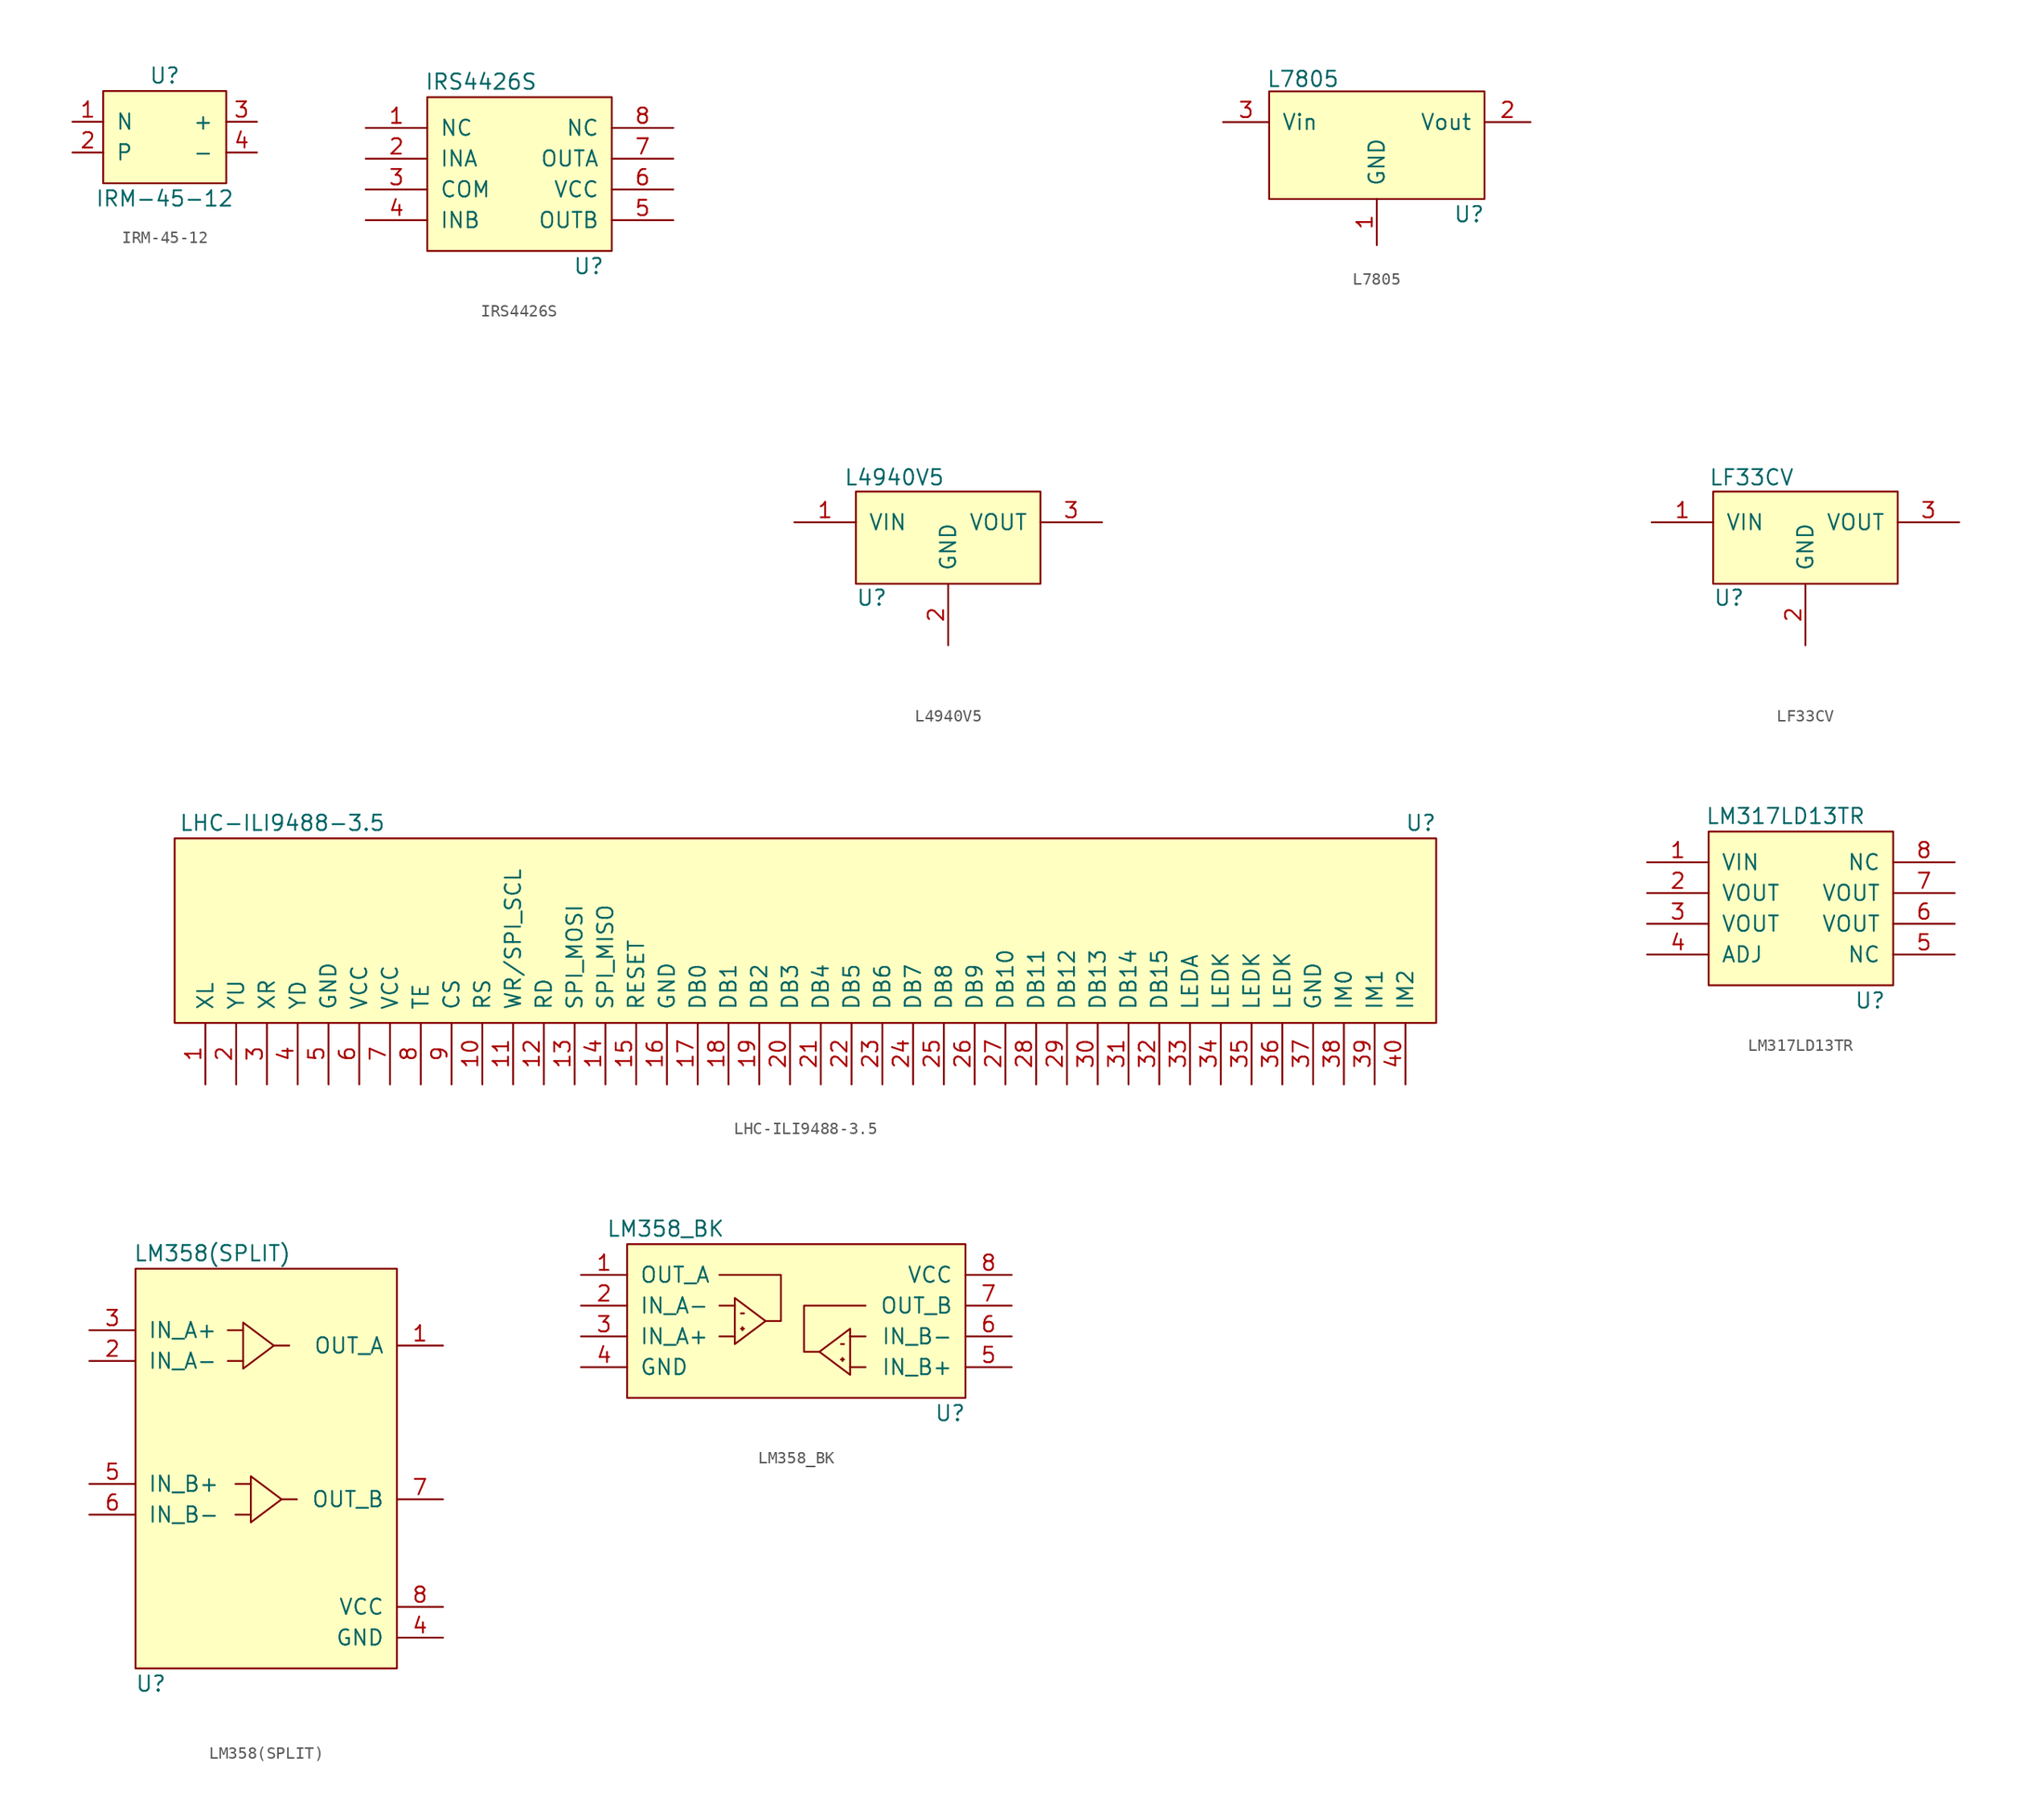
<source format=kicad_sym>
(kicad_symbol_lib
  (version 20211014)
  (generator kicad_symbol_editor)
  (symbol "IRM-45-12"
    (pin_names
      (offset 1.016))
    (property "Reference" "U"
      (at 5.08 1.27 0)
      (effects (font (size 1.27 1.27))))
    (property "Value" "IRM-45-12"
      (at 5.08 -8.89 0)
      (effects (font (size 1.27 1.27))))
    (symbol "IRM-45-12_0_1"
      (rectangle (start 10.16 -7.62) (end 0 0) (stroke (width 0) (type default) (color 0 0 0 0)) (fill (type background))))
    (symbol "IRM-45-12_1_1"
      (pin input line (at -2.54 -2.54 0) (length 2.54) (name "N" (effects (font (size 1.27 1.27)))) (number "1" (effects (font (size 1.27 1.27)))))
      (pin input line (at -2.54 -5.08 0) (length 2.54) (name "P" (effects (font (size 1.27 1.27)))) (number "2" (effects (font (size 1.27 1.27)))))
      (pin input line (at 12.7 -2.54 180) (length 2.54) (name "+" (effects (font (size 1.27 1.27)))) (number "3" (effects (font (size 1.27 1.27)))))
      (pin input line (at 12.7 -5.08 180) (length 2.54) (name "-" (effects (font (size 1.27 1.27)))) (number "4" (effects (font (size 1.27 1.27)))))))
  (symbol "IRS4426S"
    (pin_names
      (offset 1.016))
    (property "Reference" "U"
      (at 13.335 -11.43 0)
      (effects (font (size 1.27 1.27))))
    (property "Value" "IRS4426S"
      (at 4.445 3.81 0)
      (effects (font (size 1.27 1.27))))
    (symbol "IRS4426S_0_1"
      (rectangle (start 0 2.54) (end 15.24 -10.16) (stroke (width 0) (type default) (color 0 0 0 0)) (fill (type background))))
    (symbol "IRS4426S_1_1"
      (pin input line (at -5.08 0 0) (length 5.08) (name "NC" (effects (font (size 1.27 1.27)))) (number "1" (effects (font (size 1.27 1.27)))))
      (pin input line (at -5.08 -2.54 0) (length 5.08) (name "INA" (effects (font (size 1.27 1.27)))) (number "2" (effects (font (size 1.27 1.27)))))
      (pin input line (at -5.08 -5.08 0) (length 5.08) (name "COM" (effects (font (size 1.27 1.27)))) (number "3" (effects (font (size 1.27 1.27)))))
      (pin input line (at -5.08 -7.62 0) (length 5.08) (name "INB" (effects (font (size 1.27 1.27)))) (number "4" (effects (font (size 1.27 1.27)))))
      (pin input line (at 20.32 -7.62 180) (length 5.08) (name "OUTB" (effects (font (size 1.27 1.27)))) (number "5" (effects (font (size 1.27 1.27)))))
      (pin input line (at 20.32 -5.08 180) (length 5.08) (name "VCC" (effects (font (size 1.27 1.27)))) (number "6" (effects (font (size 1.27 1.27)))))
      (pin input line (at 20.32 -2.54 180) (length 5.08) (name "OUTA" (effects (font (size 1.27 1.27)))) (number "7" (effects (font (size 1.27 1.27)))))
      (pin input line (at 20.32 0 180) (length 5.08) (name "NC" (effects (font (size 1.27 1.27)))) (number "8" (effects (font (size 1.27 1.27)))))))
  (symbol "L4940V5"
    (pin_names
      (offset 1.016))
    (property "Reference" "U"
      (at -7.62 3.175 0)
      (effects (font (size 1.27 1.27)) (justify left bottom)))
    (property "Value" "L4940V5"
      (at -4.445 14.605 0)
      (effects (font (size 1.27 1.27)) (justify top)))
    (property "Footprint" ""
      (at -6.35 44.45 0)
      (effects (font (size 1.524 1.524))))
    (property "Datasheet" ""
      (at -6.35 44.45 0)
      (effects (font (size 1.524 1.524))))
    (symbol "L4940V5_0_1"
      (rectangle (start -7.62 5.08) (end 7.62 12.7) (stroke (width 0) (type default) (color 0 0 0 0)) (fill (type background))))
    (symbol "L4940V5_1_1"
      (pin passive line (at -12.7 10.16 0) (length 5.08) (name "VIN" (effects (font (size 1.27 1.27)))) (number "1" (effects (font (size 1.27 1.27)))))
      (pin passive line (at 0 0 90) (length 5.08) (name "GND" (effects (font (size 1.27 1.27)))) (number "2" (effects (font (size 1.27 1.27)))))
      (pin passive line (at 12.7 10.16 180) (length 5.08) (name "VOUT" (effects (font (size 1.27 1.27)))) (number "3" (effects (font (size 1.27 1.27)))))))
  (symbol "L7805"
    (pin_names
      (offset 1.016))
    (property "Reference" "U"
      (at 7.62 -7.62 0)
      (effects (font (size 1.27 1.27))))
    (property "Value" "L7805"
      (at -6.096 3.556 0)
      (effects (font (size 1.27 1.27))))
    (symbol "L7805_0_1"
      (rectangle (start -8.89 -6.35) (end 8.89 2.54) (stroke (width 0) (type default) (color 0 0 0 0)) (fill (type background))))
    (symbol "L7805_1_1"
      (pin input line (at 0 -10.16 90) (length 3.81) (name "GND" (effects (font (size 1.27 1.27)))) (number "1" (effects (font (size 1.27 1.27)))))
      (pin input line (at 12.7 0 180) (length 3.81) (name "Vout" (effects (font (size 1.27 1.27)))) (number "2" (effects (font (size 1.27 1.27)))))
      (pin input line (at -12.7 0 0) (length 3.81) (name "Vin" (effects (font (size 1.27 1.27)))) (number "3" (effects (font (size 1.27 1.27)))))))
  (symbol "LF33CV"
    (pin_names
      (offset 1.016))
    (property "Reference" "U"
      (at -7.62 3.175 0)
      (effects (font (size 1.27 1.27)) (justify left bottom)))
    (property "Value" "LF33CV"
      (at -4.445 14.605 0)
      (effects (font (size 1.27 1.27)) (justify top)))
    (property "Footprint" ""
      (at -6.35 44.45 0)
      (effects (font (size 1.524 1.524))))
    (property "Datasheet" ""
      (at -6.35 44.45 0)
      (effects (font (size 1.524 1.524))))
    (symbol "LF33CV_0_1"
      (rectangle (start -7.62 5.08) (end 7.62 12.7) (stroke (width 0) (type default) (color 0 0 0 0)) (fill (type background))))
    (symbol "LF33CV_1_1"
      (pin passive line (at -12.7 10.16 0) (length 5.08) (name "VIN" (effects (font (size 1.27 1.27)))) (number "1" (effects (font (size 1.27 1.27)))))
      (pin passive line (at 0 0 90) (length 5.08) (name "GND" (effects (font (size 1.27 1.27)))) (number "2" (effects (font (size 1.27 1.27)))))
      (pin passive line (at 12.7 10.16 180) (length 5.08) (name "VOUT" (effects (font (size 1.27 1.27)))) (number "3" (effects (font (size 1.27 1.27)))))))
  (symbol "LHC-ILI9488-3.5"
    (pin_names
      (offset 1.016))
    (property "Reference" "U"
      (at 100.33 16.51 0)
      (effects (font (size 1.27 1.27))))
    (property "Value" "LHC-ILI9488-3.5"
      (at 6.35 16.51 0)
      (effects (font (size 1.27 1.27))))
    (symbol "LHC-ILI9488-3.5_0_1"
      (rectangle (start 101.6 0) (end -2.54 15.24) (stroke (width 0) (type default) (color 0 0 0 0)) (fill (type background))))
    (symbol "LHC-ILI9488-3.5_1_1"
      (pin input line (at 0 -5.08 90) (length 5.08) (name "XL" (effects (font (size 1.27 1.27)))) (number "1" (effects (font (size 1.27 1.27)))))
      (pin input line (at 22.86 -5.08 90) (length 5.08) (name "RS" (effects (font (size 1.27 1.27)))) (number "10" (effects (font (size 1.27 1.27)))))
      (pin input line (at 25.4 -5.08 90) (length 5.08) (name "WR/SPI_SCL" (effects (font (size 1.27 1.27)))) (number "11" (effects (font (size 1.27 1.27)))))
      (pin input line (at 27.94 -5.08 90) (length 5.08) (name "RD" (effects (font (size 1.27 1.27)))) (number "12" (effects (font (size 1.27 1.27)))))
      (pin input line (at 30.48 -5.08 90) (length 5.08) (name "SPI_MOSI" (effects (font (size 1.27 1.27)))) (number "13" (effects (font (size 1.27 1.27)))))
      (pin input line (at 33.02 -5.08 90) (length 5.08) (name "SPI_MISO" (effects (font (size 1.27 1.27)))) (number "14" (effects (font (size 1.27 1.27)))))
      (pin input line (at 35.56 -5.08 90) (length 5.08) (name "RESET" (effects (font (size 1.27 1.27)))) (number "15" (effects (font (size 1.27 1.27)))))
      (pin input line (at 38.1 -5.08 90) (length 5.08) (name "GND" (effects (font (size 1.27 1.27)))) (number "16" (effects (font (size 1.27 1.27)))))
      (pin input line (at 40.64 -5.08 90) (length 5.08) (name "DB0" (effects (font (size 1.27 1.27)))) (number "17" (effects (font (size 1.27 1.27)))))
      (pin input line (at 43.18 -5.08 90) (length 5.08) (name "DB1" (effects (font (size 1.27 1.27)))) (number "18" (effects (font (size 1.27 1.27)))))
      (pin input line (at 45.72 -5.08 90) (length 5.08) (name "DB2" (effects (font (size 1.27 1.27)))) (number "19" (effects (font (size 1.27 1.27)))))
      (pin input line (at 2.54 -5.08 90) (length 5.08) (name "YU" (effects (font (size 1.27 1.27)))) (number "2" (effects (font (size 1.27 1.27)))))
      (pin input line (at 48.26 -5.08 90) (length 5.08) (name "DB3" (effects (font (size 1.27 1.27)))) (number "20" (effects (font (size 1.27 1.27)))))
      (pin input line (at 50.8 -5.08 90) (length 5.08) (name "DB4" (effects (font (size 1.27 1.27)))) (number "21" (effects (font (size 1.27 1.27)))))
      (pin input line (at 53.34 -5.08 90) (length 5.08) (name "DB5" (effects (font (size 1.27 1.27)))) (number "22" (effects (font (size 1.27 1.27)))))
      (pin input line (at 55.88 -5.08 90) (length 5.08) (name "DB6" (effects (font (size 1.27 1.27)))) (number "23" (effects (font (size 1.27 1.27)))))
      (pin input line (at 58.42 -5.08 90) (length 5.08) (name "DB7" (effects (font (size 1.27 1.27)))) (number "24" (effects (font (size 1.27 1.27)))))
      (pin input line (at 60.96 -5.08 90) (length 5.08) (name "DB8" (effects (font (size 1.27 1.27)))) (number "25" (effects (font (size 1.27 1.27)))))
      (pin input line (at 63.5 -5.08 90) (length 5.08) (name "DB9" (effects (font (size 1.27 1.27)))) (number "26" (effects (font (size 1.27 1.27)))))
      (pin input line (at 66.04 -5.08 90) (length 5.08) (name "DB10" (effects (font (size 1.27 1.27)))) (number "27" (effects (font (size 1.27 1.27)))))
      (pin input line (at 68.58 -5.08 90) (length 5.08) (name "DB11" (effects (font (size 1.27 1.27)))) (number "28" (effects (font (size 1.27 1.27)))))
      (pin input line (at 71.12 -5.08 90) (length 5.08) (name "DB12" (effects (font (size 1.27 1.27)))) (number "29" (effects (font (size 1.27 1.27)))))
      (pin input line (at 5.08 -5.08 90) (length 5.08) (name "XR" (effects (font (size 1.27 1.27)))) (number "3" (effects (font (size 1.27 1.27)))))
      (pin input line (at 73.66 -5.08 90) (length 5.08) (name "DB13" (effects (font (size 1.27 1.27)))) (number "30" (effects (font (size 1.27 1.27)))))
      (pin input line (at 76.2 -5.08 90) (length 5.08) (name "DB14" (effects (font (size 1.27 1.27)))) (number "31" (effects (font (size 1.27 1.27)))))
      (pin input line (at 78.74 -5.08 90) (length 5.08) (name "DB15" (effects (font (size 1.27 1.27)))) (number "32" (effects (font (size 1.27 1.27)))))
      (pin input line (at 81.28 -5.08 90) (length 5.08) (name "LEDA" (effects (font (size 1.27 1.27)))) (number "33" (effects (font (size 1.27 1.27)))))
      (pin input line (at 83.82 -5.08 90) (length 5.08) (name "LEDK" (effects (font (size 1.27 1.27)))) (number "34" (effects (font (size 1.27 1.27)))))
      (pin input line (at 86.36 -5.08 90) (length 5.08) (name "LEDK" (effects (font (size 1.27 1.27)))) (number "35" (effects (font (size 1.27 1.27)))))
      (pin input line (at 88.9 -5.08 90) (length 5.08) (name "LEDK" (effects (font (size 1.27 1.27)))) (number "36" (effects (font (size 1.27 1.27)))))
      (pin input line (at 91.44 -5.08 90) (length 5.08) (name "GND" (effects (font (size 1.27 1.27)))) (number "37" (effects (font (size 1.27 1.27)))))
      (pin input line (at 93.98 -5.08 90) (length 5.08) (name "IM0" (effects (font (size 1.27 1.27)))) (number "38" (effects (font (size 1.27 1.27)))))
      (pin input line (at 96.52 -5.08 90) (length 5.08) (name "IM1" (effects (font (size 1.27 1.27)))) (number "39" (effects (font (size 1.27 1.27)))))
      (pin input line (at 7.62 -5.08 90) (length 5.08) (name "YD" (effects (font (size 1.27 1.27)))) (number "4" (effects (font (size 1.27 1.27)))))
      (pin input line (at 99.06 -5.08 90) (length 5.08) (name "IM2" (effects (font (size 1.27 1.27)))) (number "40" (effects (font (size 1.27 1.27)))))
      (pin input line (at 10.16 -5.08 90) (length 5.08) (name "GND" (effects (font (size 1.27 1.27)))) (number "5" (effects (font (size 1.27 1.27)))))
      (pin input line (at 12.7 -5.08 90) (length 5.08) (name "VCC" (effects (font (size 1.27 1.27)))) (number "6" (effects (font (size 1.27 1.27)))))
      (pin input line (at 15.24 -5.08 90) (length 5.08) (name "VCC" (effects (font (size 1.27 1.27)))) (number "7" (effects (font (size 1.27 1.27)))))
      (pin input line (at 17.78 -5.08 90) (length 5.08) (name "TE" (effects (font (size 1.27 1.27)))) (number "8" (effects (font (size 1.27 1.27)))))
      (pin input line (at 20.32 -5.08 90) (length 5.08) (name "CS" (effects (font (size 1.27 1.27)))) (number "9" (effects (font (size 1.27 1.27)))))))
  (symbol "LM317LD13TR"
    (pin_names
      (offset 1.016))
    (property "Reference" "U"
      (at 13.335 -11.43 0)
      (effects (font (size 1.27 1.27))))
    (property "Value" "LM317LD13TR"
      (at 6.35 3.81 0)
      (effects (font (size 1.27 1.27))))
    (symbol "LM317LD13TR_0_1"
      (rectangle (start 0 2.54) (end 15.24 -10.16) (stroke (width 0) (type default) (color 0 0 0 0)) (fill (type background))))
    (symbol "LM317LD13TR_1_1"
      (pin input line (at -5.08 0 0) (length 5.08) (name "VIN" (effects (font (size 1.27 1.27)))) (number "1" (effects (font (size 1.27 1.27)))))
      (pin input line (at -5.08 -2.54 0) (length 5.08) (name "VOUT" (effects (font (size 1.27 1.27)))) (number "2" (effects (font (size 1.27 1.27)))))
      (pin input line (at -5.08 -5.08 0) (length 5.08) (name "VOUT" (effects (font (size 1.27 1.27)))) (number "3" (effects (font (size 1.27 1.27)))))
      (pin input line (at -5.08 -7.62 0) (length 5.08) (name "ADJ" (effects (font (size 1.27 1.27)))) (number "4" (effects (font (size 1.27 1.27)))))
      (pin input line (at 20.32 -7.62 180) (length 5.08) (name "NC" (effects (font (size 1.27 1.27)))) (number "5" (effects (font (size 1.27 1.27)))))
      (pin input line (at 20.32 -5.08 180) (length 5.08) (name "VOUT" (effects (font (size 1.27 1.27)))) (number "6" (effects (font (size 1.27 1.27)))))
      (pin input line (at 20.32 -2.54 180) (length 5.08) (name "VOUT" (effects (font (size 1.27 1.27)))) (number "7" (effects (font (size 1.27 1.27)))))
      (pin input line (at 20.32 0 180) (length 5.08) (name "NC" (effects (font (size 1.27 1.27)))) (number "8" (effects (font (size 1.27 1.27)))))))
  (symbol "LM358(SPLIT)"
    (pin_names
      (offset 1.016))
    (property "Reference" "U"
      (at -2.54 -31.75 0)
      (effects (font (size 1.27 1.27))))
    (property "Value" "LM358(SPLIT)"
      (at 2.54 3.81 0)
      (effects (font (size 1.27 1.27))))
    (symbol "LM358(SPLIT)_0_1"
      (polyline (pts (xy 3.81 -5.08) (xy 5.08 -5.08)) (stroke (width 0) (type default) (color 0 0 0 0)) (fill (type none)))
      (polyline (pts (xy 3.81 -2.54) (xy 5.08 -2.54)) (stroke (width 0) (type default) (color 0 0 0 0)) (fill (type none)))
      (polyline (pts (xy 7.62 -3.81) (xy 8.89 -3.81)) (stroke (width 0) (type default) (color 0 0 0 0)) (fill (type none)))
      (polyline (pts (xy 8.255 -16.51) (xy 9.525 -16.51)) (stroke (width 0) (type default) (color 0 0 0 0)) (fill (type none)))
      (polyline (pts (xy 5.08 -5.715) (xy 5.08 -1.905) (xy 7.62 -3.81) (xy 5.08 -5.715)) (stroke (width 0) (type default) (color 0 0 0 0)) (fill (type none)))
      (rectangle (start 17.78 2.54) (end -3.81 -30.48) (stroke (width 0) (type default) (color 0 0 0 0)) (fill (type background))))
    (symbol "LM358(SPLIT)_1_1"
      (polyline (pts (xy 4.445 -17.78) (xy 5.715 -17.78)) (stroke (width 0) (type default) (color 0 0 0 0)) (fill (type none)))
      (polyline (pts (xy 4.445 -15.24) (xy 5.715 -15.24)) (stroke (width 0) (type default) (color 0 0 0 0)) (fill (type none)))
      (polyline (pts (xy 5.715 -18.415) (xy 5.715 -14.605) (xy 8.255 -16.51) (xy 5.715 -18.415)) (stroke (width 0) (type default) (color 0 0 0 0)) (fill (type none)))
      (pin input line (at 21.59 -3.81 180) (length 3.81) (name "OUT_A" (effects (font (size 1.27 1.27)))) (number "1" (effects (font (size 1.27 1.27)))))
      (pin input line (at -7.62 -5.08 0) (length 3.81) (name "IN_A-" (effects (font (size 1.27 1.27)))) (number "2" (effects (font (size 1.27 1.27)))))
      (pin input line (at -7.62 -2.54 0) (length 3.81) (name "IN_A+" (effects (font (size 1.27 1.27)))) (number "3" (effects (font (size 1.27 1.27)))))
      (pin input line (at 21.59 -27.94 180) (length 3.81) (name "GND" (effects (font (size 1.27 1.27)))) (number "4" (effects (font (size 1.27 1.27)))))
      (pin input line (at -7.62 -15.24 0) (length 3.81) (name "IN_B+" (effects (font (size 1.27 1.27)))) (number "5" (effects (font (size 1.27 1.27)))))
      (pin input line (at -7.62 -17.78 0) (length 3.81) (name "IN_B-" (effects (font (size 1.27 1.27)))) (number "6" (effects (font (size 1.27 1.27)))))
      (pin input line (at 21.59 -16.51 180) (length 3.81) (name "OUT_B" (effects (font (size 1.27 1.27)))) (number "7" (effects (font (size 1.27 1.27)))))
      (pin input line (at 21.59 -25.4 180) (length 3.81) (name "VCC" (effects (font (size 1.27 1.27)))) (number "8" (effects (font (size 1.27 1.27)))))))
  (symbol "LM358_BK"
    (pin_names
      (offset 1.016))
    (property "Reference" "U"
      (at 22.86 -11.43 0)
      (effects (font (size 1.27 1.27))))
    (property "Value" "LM358_BK"
      (at -0.635 3.81 0)
      (effects (font (size 1.27 1.27))))
    (symbol "LM358_BK_0_1"
      (rectangle (start -3.81 2.54) (end 24.13 -10.16) (stroke (width 0) (type default) (color 0 0 0 0)) (fill (type background)))
      (polyline (pts (xy 3.81 -5.08) (xy 5.08 -5.08)) (stroke (width 0) (type default) (color 0 0 0 0)) (fill (type none)))
      (polyline (pts (xy 3.81 -2.54) (xy 5.08 -2.54)) (stroke (width 0) (type default) (color 0 0 0 0)) (fill (type none)))
      (polyline (pts (xy 5.588 -3.175) (xy 5.842 -3.175)) (stroke (width 0) (type default) (color 0 0 0 0)) (fill (type none)))
      (polyline (pts (xy 5.715 -4.572) (xy 5.715 -4.318)) (stroke (width 0) (type default) (color 0 0 0 0)) (fill (type none)))
      (polyline (pts (xy 5.842 -4.445) (xy 5.588 -4.445)) (stroke (width 0) (type default) (color 0 0 0 0)) (fill (type none)))
      (polyline (pts (xy 13.843 -5.715) (xy 14.097 -5.715)) (stroke (width 0) (type default) (color 0 0 0 0)) (fill (type none)))
      (polyline (pts (xy 13.97 -7.112) (xy 13.97 -6.858)) (stroke (width 0) (type default) (color 0 0 0 0)) (fill (type none)))
      (polyline (pts (xy 14.097 -6.985) (xy 13.843 -6.985)) (stroke (width 0) (type default) (color 0 0 0 0)) (fill (type none)))
      (polyline (pts (xy 3.81 0) (xy 8.89 0) (xy 8.89 -3.81) (xy 7.62 -3.81)) (stroke (width 0) (type default) (color 0 0 0 0)) (fill (type none)))
      (polyline (pts (xy 5.08 -1.905) (xy 5.08 -5.715) (xy 7.62 -3.81) (xy 5.08 -1.905)) (stroke (width 0) (type default) (color 0 0 0 0)) (fill (type none))))
    (symbol "LM358_BK_1_1"
      (polyline (pts (xy 15.875 -7.62) (xy 14.605 -7.62)) (stroke (width 0) (type default) (color 0 0 0 0)) (fill (type none)))
      (polyline (pts (xy 15.875 -5.08) (xy 14.605 -5.08)) (stroke (width 0) (type default) (color 0 0 0 0)) (fill (type none)))
      (polyline (pts (xy 14.605 -4.445) (xy 14.605 -8.255) (xy 12.065 -6.35) (xy 14.605 -4.445)) (stroke (width 0) (type default) (color 0 0 0 0)) (fill (type none)))
      (polyline (pts (xy 15.875 -2.54) (xy 10.795 -2.54) (xy 10.795 -6.35) (xy 12.065 -6.35)) (stroke (width 0) (type default) (color 0 0 0 0)) (fill (type none)))
      (pin input line (at -7.62 0 0) (length 3.81) (name "OUT_A" (effects (font (size 1.27 1.27)))) (number "1" (effects (font (size 1.27 1.27)))))
      (pin input line (at -7.62 -2.54 0) (length 3.81) (name "IN_A-" (effects (font (size 1.27 1.27)))) (number "2" (effects (font (size 1.27 1.27)))))
      (pin input line (at -7.62 -5.08 0) (length 3.81) (name "IN_A+" (effects (font (size 1.27 1.27)))) (number "3" (effects (font (size 1.27 1.27)))))
      (pin input line (at -7.62 -7.62 0) (length 3.81) (name "GND" (effects (font (size 1.27 1.27)))) (number "4" (effects (font (size 1.27 1.27)))))
      (pin input line (at 27.94 -7.62 180) (length 3.81) (name "IN_B+" (effects (font (size 1.27 1.27)))) (number "5" (effects (font (size 1.27 1.27)))))
      (pin input line (at 27.94 -5.08 180) (length 3.81) (name "IN_B-" (effects (font (size 1.27 1.27)))) (number "6" (effects (font (size 1.27 1.27)))))
      (pin input line (at 27.94 -2.54 180) (length 3.81) (name "OUT_B" (effects (font (size 1.27 1.27)))) (number "7" (effects (font (size 1.27 1.27)))))
      (pin input line (at 27.94 0 180) (length 3.81) (name "VCC" (effects (font (size 1.27 1.27)))) (number "8" (effects (font (size 1.27 1.27))))))))
</source>
